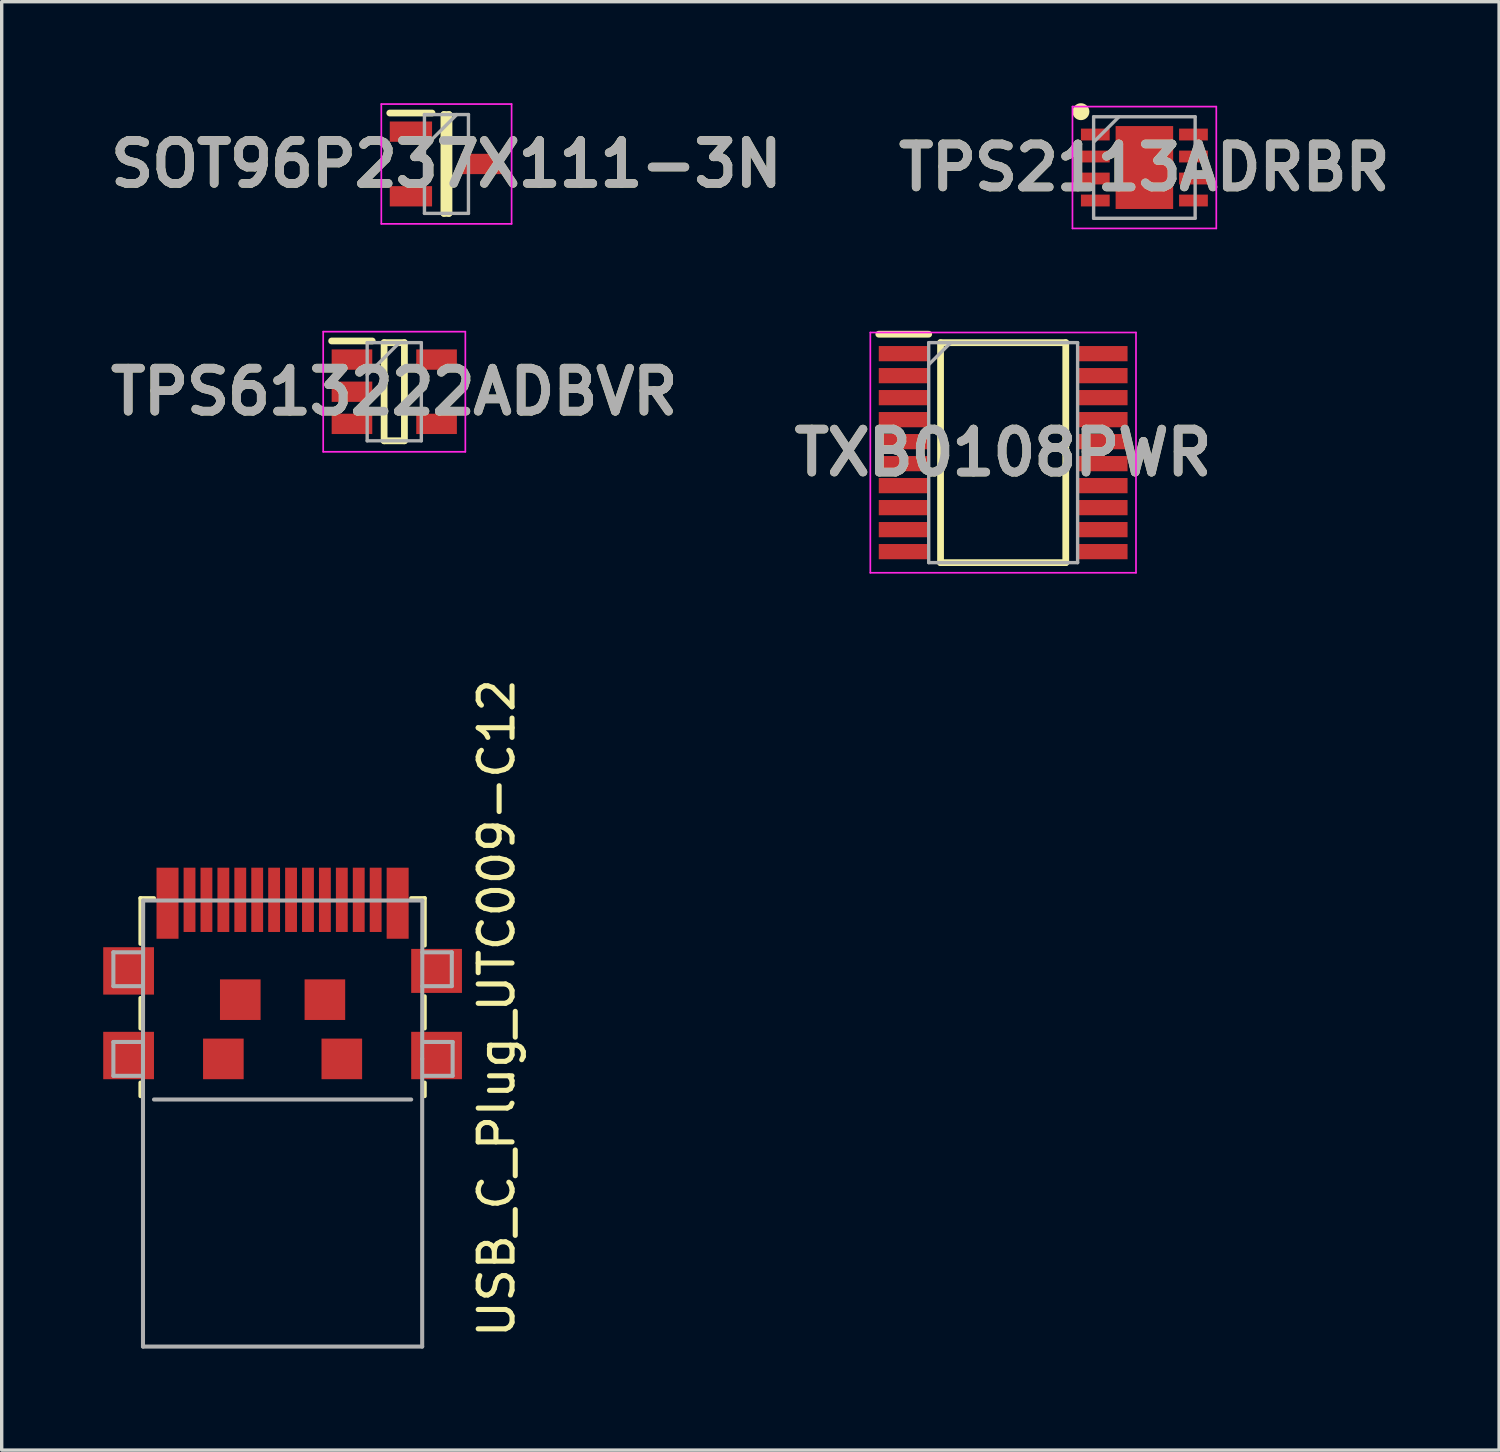
<source format=kicad_pcb>
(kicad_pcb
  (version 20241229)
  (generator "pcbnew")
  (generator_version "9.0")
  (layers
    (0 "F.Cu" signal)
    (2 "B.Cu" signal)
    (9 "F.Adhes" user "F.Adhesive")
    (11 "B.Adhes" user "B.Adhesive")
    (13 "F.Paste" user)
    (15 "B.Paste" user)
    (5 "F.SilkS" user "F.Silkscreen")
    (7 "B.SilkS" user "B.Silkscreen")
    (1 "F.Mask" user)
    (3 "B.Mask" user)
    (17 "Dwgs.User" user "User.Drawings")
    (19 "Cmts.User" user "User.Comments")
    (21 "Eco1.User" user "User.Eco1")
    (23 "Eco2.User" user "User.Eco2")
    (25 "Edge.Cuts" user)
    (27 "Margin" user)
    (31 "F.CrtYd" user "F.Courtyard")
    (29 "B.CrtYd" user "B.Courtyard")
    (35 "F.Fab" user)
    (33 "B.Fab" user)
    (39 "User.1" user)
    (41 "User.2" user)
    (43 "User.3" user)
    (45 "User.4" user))
  (footprint "USB_C_Plug_UTC009-C12"
    (layer "F.Cu")
    (at 5.3 23.739)
    (property "Reference" "USB_C_Plug_UTC009-C12" (at 6.325 3 90) (layer "F.SilkS") (effects (font (size 1 1) (thickness 0.15))))
    (attr smd)
    (fp_line (start -4.2 -0.25) (end -4.2 1.1) (stroke (width 0.12) (type solid)) (layer "F.SilkS"))
    (fp_line (start -4.2 2.7) (end -4.2 3.6) (stroke (width 0.12) (type solid)) (layer "F.SilkS"))
    (fp_line (start -4.2 5.2) (end -4.2 5.6) (stroke (width 0.12) (type solid)) (layer "F.SilkS"))
    (fp_line (start -3.8 -0.25) (end -4.2 -0.25) (stroke (width 0.12) (type solid)) (layer "F.SilkS"))
    (fp_line (start 4.2 -0.25) (end 3.8 -0.25) (stroke (width 0.12) (type solid)) (layer "F.SilkS"))
    (fp_line (start 4.2 1.15) (end 4.2 -0.25) (stroke (width 0.12) (type solid)) (layer "F.SilkS"))
    (fp_line (start 4.2 3.6) (end 4.2 2.65) (stroke (width 0.12) (type solid)) (layer "F.SilkS"))
    (fp_line (start 4.2 5.6) (end 4.2 5.2) (stroke (width 0.12) (type solid)) (layer "F.SilkS"))
    (fp_line (start -5 1.35) (end -4.13 1.35) (stroke (width 0.12) (type solid)) (layer "F.Fab"))
    (fp_line (start -5 2.35) (end -5 1.35) (stroke (width 0.12) (type solid)) (layer "F.Fab"))
    (fp_line (start -5 2.35) (end -4.13 2.35) (stroke (width 0.12) (type solid)) (layer "F.Fab"))
    (fp_line (start -5 4) (end -4.13 4) (stroke (width 0.12) (type solid)) (layer "F.Fab"))
    (fp_line (start -5 5) (end -5 4) (stroke (width 0.12) (type solid)) (layer "F.Fab"))
    (fp_line (start -5 5) (end -4.13 5) (stroke (width 0.12) (type solid)) (layer "F.Fab"))
    (fp_line (start -4.125 4.5) (end -4.125 13) (stroke (width 0.12) (type solid)) (layer "F.Fab"))
    (fp_line (start -4.125 4.5) (end -4.12 -0.18) (stroke (width 0.12) (type solid)) (layer "F.Fab"))
    (fp_line (start -4.125 13) (end 4.125 13) (stroke (width 0.12) (type solid)) (layer "F.Fab"))
    (fp_line (start -4.12 -0.18) (end 4.13 -0.18) (stroke (width 0.12) (type solid)) (layer "F.Fab"))
    (fp_line (start 3.8 5.7) (end -3.8 5.7) (stroke (width 0.12) (type solid)) (layer "F.Fab"))
    (fp_line (start 4.125 13) (end 4.125 4.5) (stroke (width 0.12) (type solid)) (layer "F.Fab"))
    (fp_line (start 4.13 -0.18) (end 4.125 4.5) (stroke (width 0.12) (type solid)) (layer "F.Fab"))
    (fp_line (start 5 1.35) (end 4.13 1.35) (stroke (width 0.12) (type solid)) (layer "F.Fab"))
    (fp_line (start 5 2.35) (end 4.13 2.35) (stroke (width 0.12) (type solid)) (layer "F.Fab"))
    (fp_line (start 5 2.35) (end 5 1.35) (stroke (width 0.12) (type solid)) (layer "F.Fab"))
    (fp_line (start 5.025 4) (end 4.155 4) (stroke (width 0.12) (type solid)) (layer "F.Fab"))
    (fp_line (start 5.025 5) (end 4.155 5) (stroke (width 0.12) (type solid)) (layer "F.Fab"))
    (fp_line (start 5.025 5) (end 5.025 4) (stroke (width 0.12) (type solid)) (layer "F.Fab"))
    (pad "A1" smd rect (at 2.75 -0.2) (size 0.35 1.9) (layers "F.Cu" "F.Mask" "F.Paste"))
    (pad "A4" smd rect (at 1.25 -0.2) (size 0.35 1.9) (layers "F.Cu" "F.Mask" "F.Paste"))
    (pad "A5" smd rect (at 0.75 -0.2) (size 0.35 1.9) (layers "F.Cu" "F.Mask" "F.Paste"))
    (pad "A6" smd rect (at 0.25 -0.2) (size 0.35 1.9) (layers "F.Cu" "F.Mask" "F.Paste"))
    (pad "A7" smd rect (at -0.25 -0.2) (size 0.35 1.9) (layers "F.Cu" "F.Mask" "F.Paste"))
    (pad "A10" smd rect (at -1.75 -0.2) (size 0.35 1.9) (layers "F.Cu" "F.Mask" "F.Paste"))
    (pad "A11" smd rect (at -2.25 -0.2) (size 0.35 1.9) (layers "F.Cu" "F.Mask" "F.Paste"))
    (pad "B2" smd rect (at -2.75 -0.2) (size 0.35 1.9) (layers "F.Cu" "F.Mask" "F.Paste"))
    (pad "B3" smd rect (at -1.25 -0.2) (size 0.35 1.9) (layers "F.Cu" "F.Mask" "F.Paste"))
    (pad "B5" smd rect (at -0.75 -0.2) (size 0.35 1.9) (layers "F.Cu" "F.Mask" "F.Paste"))
    (pad "B9" smd rect (at 1.75 -0.2) (size 0.35 1.9) (layers "F.Cu" "F.Mask" "F.Paste"))
    (pad "B12" smd rect (at 2.25 -0.2) (size 0.35 1.9) (layers "F.Cu" "F.Mask" "F.Paste"))
    (pad "S1" smd rect (at -4.55 1.9) (size 1.5 1.4) (layers "F.Cu" "F.Mask" "F.Paste"))
    (pad "S1" smd rect (at -4.55 4.4) (size 1.5 1.4) (layers "F.Cu" "F.Mask" "F.Paste"))
    (pad "S1" smd rect (at -3.4 -0.1) (size 0.65 2.1) (layers "F.Cu" "F.Mask" "F.Paste"))
    (pad "S1" smd rect (at -1.75 4.5) (size 1.2 1.2) (layers "F.Cu" "F.Mask" "F.Paste"))
    (pad "S1" smd rect (at -1.25 2.75) (size 1.2 1.2) (layers "F.Cu" "F.Mask" "F.Paste"))
    (pad "S1" smd rect (at 1.25 2.75) (size 1.2 1.2) (layers "F.Cu" "F.Mask" "F.Paste"))
    (pad "S1" smd rect (at 1.75 4.5) (size 1.2 1.2) (layers "F.Cu" "F.Mask" "F.Paste"))
    (pad "S1" smd rect (at 3.4 -0.1) (size 0.65 2.1) (layers "F.Cu" "F.Mask" "F.Paste"))
    (pad "S1" smd rect (at 4.55 1.9) (size 1.5 1.3) (layers "F.Cu" "F.Mask" "F.Paste"))
    (pad "S1" smd rect (at 4.55 4.4) (size 1.5 1.4) (layers "F.Cu" "F.Mask" "F.Paste")))
  (footprint "SOT96P237X111-3N"
    (layer "F.Cu")
    (at 10.142 1.795)
    (property "Reference" "SOT96P237X111-3N" (at 0 0 0) (layer "F.SilkS") (effects (font (size 1.27 1.27) (thickness 0.254))))
    (attr smd)
    (fp_line (start -1.675 -1.505) (end -0.425 -1.505) (stroke (width 0.2) (type solid)) (layer "F.SilkS"))
    (fp_line (start -0.075 -1.46) (end 0.075 -1.46) (stroke (width 0.2) (type solid)) (layer "F.SilkS"))
    (fp_line (start -0.075 1.46) (end -0.075 -1.46) (stroke (width 0.2) (type solid)) (layer "F.SilkS"))
    (fp_line (start 0.075 -1.46) (end 0.075 1.46) (stroke (width 0.2) (type solid)) (layer "F.SilkS"))
    (fp_line (start 0.075 1.46) (end -0.075 1.46) (stroke (width 0.2) (type solid)) (layer "F.SilkS"))
    (fp_line (start -1.925 -1.77) (end 1.925 -1.77) (stroke (width 0.05) (type solid)) (layer "F.CrtYd"))
    (fp_line (start -1.925 1.77) (end -1.925 -1.77) (stroke (width 0.05) (type solid)) (layer "F.CrtYd"))
    (fp_line (start 1.925 -1.77) (end 1.925 1.77) (stroke (width 0.05) (type solid)) (layer "F.CrtYd"))
    (fp_line (start 1.925 1.77) (end -1.925 1.77) (stroke (width 0.05) (type solid)) (layer "F.CrtYd"))
    (fp_line (start -0.65 -1.46) (end 0.65 -1.46) (stroke (width 0.1) (type solid)) (layer "F.Fab"))
    (fp_line (start -0.65 -0.505) (end 0.305 -1.46) (stroke (width 0.1) (type solid)) (layer "F.Fab"))
    (fp_line (start -0.65 1.46) (end -0.65 -1.46) (stroke (width 0.1) (type solid)) (layer "F.Fab"))
    (fp_line (start 0.65 -1.46) (end 0.65 1.46) (stroke (width 0.1) (type solid)) (layer "F.Fab"))
    (fp_line (start 0.65 1.46) (end -0.65 1.46) (stroke (width 0.1) (type solid)) (layer "F.Fab"))
    (fp_text user "${REFERENCE}" (at 0 0 0) (layer "F.Fab") (effects (font (size 1.27 1.27) (thickness 0.254))))
    (pad "1" smd rect (at -1.05 -0.955 90) (size 0.6 1.25) (layers "F.Cu" "F.Mask" "F.Paste"))
    (pad "2" smd rect (at -1.05 0.955 90) (size 0.6 1.25) (layers "F.Cu" "F.Mask" "F.Paste"))
    (pad "3" smd rect (at 1.05 0 90) (size 0.6 1.25) (layers "F.Cu" "F.Mask" "F.Paste")))
  (footprint "TXB0108PWR"
    (layer "F.Cu")
    (at 26.592 10.325)
    (property "Reference" "TXB0108PWR" (at 0 0 0) (layer "F.SilkS") (effects (font (size 1.27 1.27) (thickness 0.254))))
    (attr smd)
    (fp_line (start -3.675 -3.5) (end -2.2 -3.5) (stroke (width 0.2) (type solid)) (layer "F.SilkS"))
    (fp_line (start -1.85 -3.25) (end 1.85 -3.25) (stroke (width 0.2) (type solid)) (layer "F.SilkS"))
    (fp_line (start -1.85 3.25) (end -1.85 -3.25) (stroke (width 0.2) (type solid)) (layer "F.SilkS"))
    (fp_line (start 1.85 -3.25) (end 1.85 3.25) (stroke (width 0.2) (type solid)) (layer "F.SilkS"))
    (fp_line (start 1.85 3.25) (end -1.85 3.25) (stroke (width 0.2) (type solid)) (layer "F.SilkS"))
    (fp_line (start -3.925 -3.55) (end 3.925 -3.55) (stroke (width 0.05) (type solid)) (layer "F.CrtYd"))
    (fp_line (start -3.925 3.55) (end -3.925 -3.55) (stroke (width 0.05) (type solid)) (layer "F.CrtYd"))
    (fp_line (start 3.925 -3.55) (end 3.925 3.55) (stroke (width 0.05) (type solid)) (layer "F.CrtYd"))
    (fp_line (start 3.925 3.55) (end -3.925 3.55) (stroke (width 0.05) (type solid)) (layer "F.CrtYd"))
    (fp_line (start -2.2 -3.25) (end 2.2 -3.25) (stroke (width 0.1) (type solid)) (layer "F.Fab"))
    (fp_line (start -2.2 -2.6) (end -1.55 -3.25) (stroke (width 0.1) (type solid)) (layer "F.Fab"))
    (fp_line (start -2.2 3.25) (end -2.2 -3.25) (stroke (width 0.1) (type solid)) (layer "F.Fab"))
    (fp_line (start 2.2 -3.25) (end 2.2 3.25) (stroke (width 0.1) (type solid)) (layer "F.Fab"))
    (fp_line (start 2.2 3.25) (end -2.2 3.25) (stroke (width 0.1) (type solid)) (layer "F.Fab"))
    (fp_text user "${REFERENCE}" (at 0 0 0) (layer "F.Fab") (effects (font (size 1.27 1.27) (thickness 0.254))))
    (pad "1" smd rect (at -2.938 -2.925 90) (size 0.45 1.475) (layers "F.Cu" "F.Mask" "F.Paste"))
    (pad "2" smd rect (at -2.938 -2.275 90) (size 0.45 1.475) (layers "F.Cu" "F.Mask" "F.Paste"))
    (pad "3" smd rect (at -2.938 -1.625 90) (size 0.45 1.475) (layers "F.Cu" "F.Mask" "F.Paste"))
    (pad "4" smd rect (at -2.938 -0.975 90) (size 0.45 1.475) (layers "F.Cu" "F.Mask" "F.Paste"))
    (pad "5" smd rect (at -2.938 -0.325 90) (size 0.45 1.475) (layers "F.Cu" "F.Mask" "F.Paste"))
    (pad "6" smd rect (at -2.938 0.325 90) (size 0.45 1.475) (layers "F.Cu" "F.Mask" "F.Paste"))
    (pad "7" smd rect (at -2.938 0.975 90) (size 0.45 1.475) (layers "F.Cu" "F.Mask" "F.Paste"))
    (pad "8" smd rect (at -2.938 1.625 90) (size 0.45 1.475) (layers "F.Cu" "F.Mask" "F.Paste"))
    (pad "9" smd rect (at -2.938 2.275 90) (size 0.45 1.475) (layers "F.Cu" "F.Mask" "F.Paste"))
    (pad "10" smd rect (at -2.938 2.925 90) (size 0.45 1.475) (layers "F.Cu" "F.Mask" "F.Paste"))
    (pad "11" smd rect (at 2.938 2.925 90) (size 0.45 1.475) (layers "F.Cu" "F.Mask" "F.Paste"))
    (pad "12" smd rect (at 2.938 2.275 90) (size 0.45 1.475) (layers "F.Cu" "F.Mask" "F.Paste"))
    (pad "13" smd rect (at 2.938 1.625 90) (size 0.45 1.475) (layers "F.Cu" "F.Mask" "F.Paste"))
    (pad "14" smd rect (at 2.938 0.975 90) (size 0.45 1.475) (layers "F.Cu" "F.Mask" "F.Paste"))
    (pad "15" smd rect (at 2.938 0.325 90) (size 0.45 1.475) (layers "F.Cu" "F.Mask" "F.Paste"))
    (pad "16" smd rect (at 2.938 -0.325 90) (size 0.45 1.475) (layers "F.Cu" "F.Mask" "F.Paste"))
    (pad "17" smd rect (at 2.938 -0.975 90) (size 0.45 1.475) (layers "F.Cu" "F.Mask" "F.Paste"))
    (pad "18" smd rect (at 2.938 -1.625 90) (size 0.45 1.475) (layers "F.Cu" "F.Mask" "F.Paste"))
    (pad "19" smd rect (at 2.938 -2.275 90) (size 0.45 1.475) (layers "F.Cu" "F.Mask" "F.Paste"))
    (pad "20" smd rect (at 2.938 -2.925 90) (size 0.45 1.475) (layers "F.Cu" "F.Mask" "F.Paste")))
  (footprint "TPS613222ADBVR"
    (layer "F.Cu")
    (at 8.6 8.525)
    (property "Reference" "TPS613222ADBVR" (at 0 0 0) (layer "F.SilkS") (effects (font (size 1.27 1.27) (thickness 0.254))))
    (attr smd)
    (fp_line (start -1.85 -1.5) (end -0.65 -1.5) (stroke (width 0.2) (type solid)) (layer "F.SilkS"))
    (fp_line (start -0.3 -1.45) (end 0.3 -1.45) (stroke (width 0.2) (type solid)) (layer "F.SilkS"))
    (fp_line (start -0.3 1.45) (end -0.3 -1.45) (stroke (width 0.2) (type solid)) (layer "F.SilkS"))
    (fp_line (start 0.3 -1.45) (end 0.3 1.45) (stroke (width 0.2) (type solid)) (layer "F.SilkS"))
    (fp_line (start 0.3 1.45) (end -0.3 1.45) (stroke (width 0.2) (type solid)) (layer "F.SilkS"))
    (fp_line (start -2.1 -1.775) (end 2.1 -1.775) (stroke (width 0.05) (type solid)) (layer "F.CrtYd"))
    (fp_line (start -2.1 1.775) (end -2.1 -1.775) (stroke (width 0.05) (type solid)) (layer "F.CrtYd"))
    (fp_line (start 2.1 -1.775) (end 2.1 1.775) (stroke (width 0.05) (type solid)) (layer "F.CrtYd"))
    (fp_line (start 2.1 1.775) (end -2.1 1.775) (stroke (width 0.05) (type solid)) (layer "F.CrtYd"))
    (fp_line (start -0.8 -1.45) (end 0.8 -1.45) (stroke (width 0.1) (type solid)) (layer "F.Fab"))
    (fp_line (start -0.8 -0.5) (end 0.15 -1.45) (stroke (width 0.1) (type solid)) (layer "F.Fab"))
    (fp_line (start -0.8 1.45) (end -0.8 -1.45) (stroke (width 0.1) (type solid)) (layer "F.Fab"))
    (fp_line (start 0.8 -1.45) (end 0.8 1.45) (stroke (width 0.1) (type solid)) (layer "F.Fab"))
    (fp_line (start 0.8 1.45) (end -0.8 1.45) (stroke (width 0.1) (type solid)) (layer "F.Fab"))
    (fp_text user "${REFERENCE}" (at 0 0 0) (layer "F.Fab") (effects (font (size 1.27 1.27) (thickness 0.254))))
    (pad "1" smd rect (at -1.25 -0.95 90) (size 0.6 1.2) (layers "F.Cu" "F.Mask" "F.Paste"))
    (pad "2" smd rect (at -1.25 0 90) (size 0.6 1.2) (layers "F.Cu" "F.Mask" "F.Paste"))
    (pad "3" smd rect (at -1.25 0.95 90) (size 0.6 1.2) (layers "F.Cu" "F.Mask" "F.Paste"))
    (pad "4" smd rect (at 1.25 0.95 90) (size 0.6 1.2) (layers "F.Cu" "F.Mask" "F.Paste"))
    (pad "5" smd rect (at 1.25 -0.95 90) (size 0.6 1.2) (layers "F.Cu" "F.Mask" "F.Paste")))
  (footprint "TPS2113ADRBR"
    (layer "F.Cu")
    (at 30.765 1.9)
    (property "Reference" "TPS2113ADRBR" (at 0 0 0) (layer "F.SilkS") (effects (font (size 1.27 1.27) (thickness 0.254))))
    (attr smd)
    (fp_circle (center -1.875 -1.65) (end -1.875 -1.525) (stroke (width 0.25) (type solid)) (fill no) (layer "F.SilkS"))
    (fp_line (start -2.125 -1.8) (end 2.125 -1.8) (stroke (width 0.05) (type solid)) (layer "F.CrtYd"))
    (fp_line (start -2.125 1.8) (end -2.125 -1.8) (stroke (width 0.05) (type solid)) (layer "F.CrtYd"))
    (fp_line (start 2.125 -1.8) (end 2.125 1.8) (stroke (width 0.05) (type solid)) (layer "F.CrtYd"))
    (fp_line (start 2.125 1.8) (end -2.125 1.8) (stroke (width 0.05) (type solid)) (layer "F.CrtYd"))
    (fp_line (start -1.5 -1.5) (end 1.5 -1.5) (stroke (width 0.1) (type solid)) (layer "F.Fab"))
    (fp_line (start -1.5 -0.75) (end -0.75 -1.5) (stroke (width 0.1) (type solid)) (layer "F.Fab"))
    (fp_line (start -1.5 1.5) (end -1.5 -1.5) (stroke (width 0.1) (type solid)) (layer "F.Fab"))
    (fp_line (start 1.5 -1.5) (end 1.5 1.5) (stroke (width 0.1) (type solid)) (layer "F.Fab"))
    (fp_line (start 1.5 1.5) (end -1.5 1.5) (stroke (width 0.1) (type solid)) (layer "F.Fab"))
    (fp_text user "${REFERENCE}" (at 0 0 0) (layer "F.Fab") (effects (font (size 1.27 1.27) (thickness 0.254))))
    (pad "1" smd rect (at -1.45 -0.975 90) (size 0.35 0.85) (layers "F.Cu" "F.Mask" "F.Paste"))
    (pad "2" smd rect (at -1.45 -0.325 90) (size 0.35 0.85) (layers "F.Cu" "F.Mask" "F.Paste"))
    (pad "3" smd rect (at -1.45 0.325 90) (size 0.35 0.85) (layers "F.Cu" "F.Mask" "F.Paste"))
    (pad "4" smd rect (at -1.45 0.975 90) (size 0.35 0.85) (layers "F.Cu" "F.Mask" "F.Paste"))
    (pad "5" smd rect (at 1.45 0.975 90) (size 0.35 0.85) (layers "F.Cu" "F.Mask" "F.Paste"))
    (pad "6" smd rect (at 1.45 0.325 90) (size 0.35 0.85) (layers "F.Cu" "F.Mask" "F.Paste"))
    (pad "7" smd rect (at 1.45 -0.325 90) (size 0.35 0.85) (layers "F.Cu" "F.Mask" "F.Paste"))
    (pad "8" smd rect (at 1.45 -0.975 90) (size 0.35 0.85) (layers "F.Cu" "F.Mask" "F.Paste"))
    (pad "9" smd rect (at 0 0) (size 1.7 2.45) (layers "F.Cu" "F.Mask" "F.Paste")))
  (gr_rect
    (start -3 -3)
    (end 41.246 39.799)
    (stroke (width 0.1) (type default))
    (fill no)
    (layer "Edge.Cuts")))
</source>
